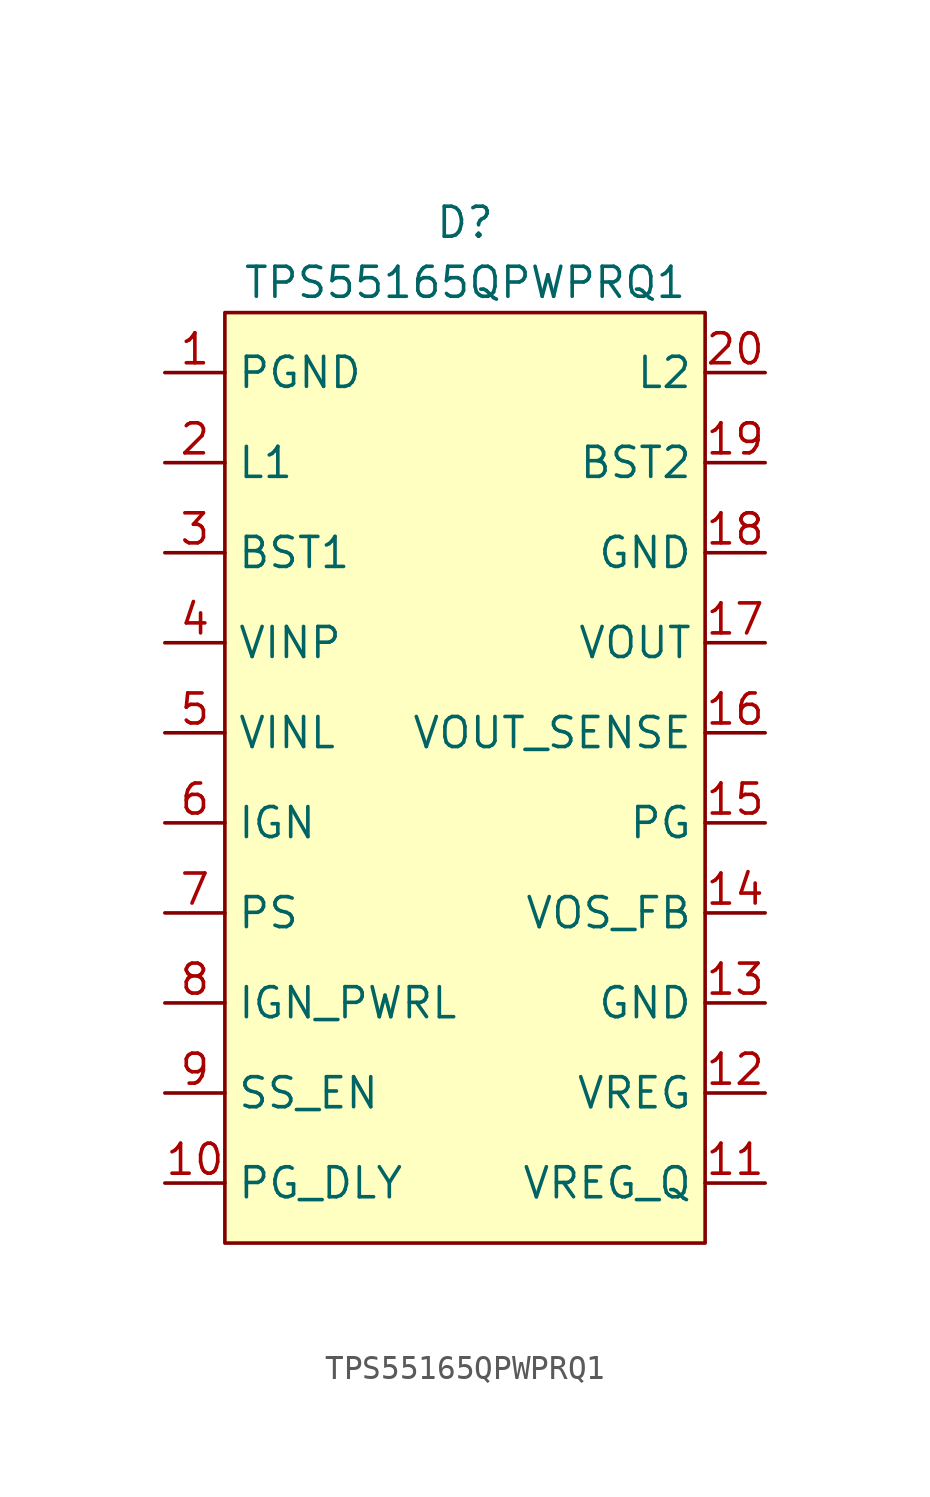
<source format=kicad_sym>
(kicad_symbol_lib
  (version 20220914)
  (generator kicad_symbol_editor)
  (symbol "TPS55165QPWPRQ1"
    (property "Reference" "D"
      (at 0 2.54 0)
      (effects (font (size 1.27 1.27))))
    (property "Value" "TPS55165QPWPRQ1"
      (at 0 0 0)
      (effects (font (size 1.27 1.27))))
    (symbol "TPS55165QPWPRQ1_1_1"
      (rectangle (start -10.16 -1.27) (end 10.16 -40.64) (stroke (width 0) (type default)) (fill (type background)))
      (pin input line (at -12.7 -3.81 0) (length 2.54) (name "PGND" (effects (font (size 1.27 1.27)))) (number "1" (effects (font (size 1.27 1.27)))))
      (pin input line (at -12.7 -38.1 0) (length 2.54) (name "PG_DLY" (effects (font (size 1.27 1.27)))) (number "10" (effects (font (size 1.27 1.27)))))
      (pin input line (at 12.7 -38.1 180) (length 2.54) (name "VREG_Q" (effects (font (size 1.27 1.27)))) (number "11" (effects (font (size 1.27 1.27)))))
      (pin input line (at 12.7 -34.29 180) (length 2.54) (name "VREG" (effects (font (size 1.27 1.27)))) (number "12" (effects (font (size 1.27 1.27)))))
      (pin input line (at 12.7 -30.48 180) (length 2.54) (name "GND" (effects (font (size 1.27 1.27)))) (number "13" (effects (font (size 1.27 1.27)))))
      (pin input line (at 12.7 -26.67 180) (length 2.54) (name "VOS_FB" (effects (font (size 1.27 1.27)))) (number "14" (effects (font (size 1.27 1.27)))))
      (pin input line (at 12.7 -22.86 180) (length 2.54) (name "PG" (effects (font (size 1.27 1.27)))) (number "15" (effects (font (size 1.27 1.27)))))
      (pin input line (at 12.7 -19.05 180) (length 2.54) (name "VOUT_SENSE" (effects (font (size 1.27 1.27)))) (number "16" (effects (font (size 1.27 1.27)))))
      (pin input line (at 12.7 -15.24 180) (length 2.54) (name "VOUT" (effects (font (size 1.27 1.27)))) (number "17" (effects (font (size 1.27 1.27)))))
      (pin input line (at 12.7 -11.43 180) (length 2.54) (name "GND" (effects (font (size 1.27 1.27)))) (number "18" (effects (font (size 1.27 1.27)))))
      (pin input line (at 12.7 -7.62 180) (length 2.54) (name "BST2" (effects (font (size 1.27 1.27)))) (number "19" (effects (font (size 1.27 1.27)))))
      (pin input line (at -12.7 -7.62 0) (length 2.54) (name "L1" (effects (font (size 1.27 1.27)))) (number "2" (effects (font (size 1.27 1.27)))))
      (pin input line (at 12.7 -3.81 180) (length 2.54) (name "L2" (effects (font (size 1.27 1.27)))) (number "20" (effects (font (size 1.27 1.27)))))
      (pin input line (at -12.7 -11.43 0) (length 2.54) (name "BST1" (effects (font (size 1.27 1.27)))) (number "3" (effects (font (size 1.27 1.27)))))
      (pin input line (at -12.7 -15.24 0) (length 2.54) (name "VINP" (effects (font (size 1.27 1.27)))) (number "4" (effects (font (size 1.27 1.27)))))
      (pin input line (at -12.7 -19.05 0) (length 2.54) (name "VINL" (effects (font (size 1.27 1.27)))) (number "5" (effects (font (size 1.27 1.27)))))
      (pin input line (at -12.7 -22.86 0) (length 2.54) (name "IGN" (effects (font (size 1.27 1.27)))) (number "6" (effects (font (size 1.27 1.27)))))
      (pin input line (at -12.7 -26.67 0) (length 2.54) (name "PS" (effects (font (size 1.27 1.27)))) (number "7" (effects (font (size 1.27 1.27)))))
      (pin input line (at -12.7 -30.48 0) (length 2.54) (name "IGN_PWRL" (effects (font (size 1.27 1.27)))) (number "8" (effects (font (size 1.27 1.27)))))
      (pin input line (at -12.7 -34.29 0) (length 2.54) (name "SS_EN" (effects (font (size 1.27 1.27)))) (number "9" (effects (font (size 1.27 1.27))))))))
</source>
